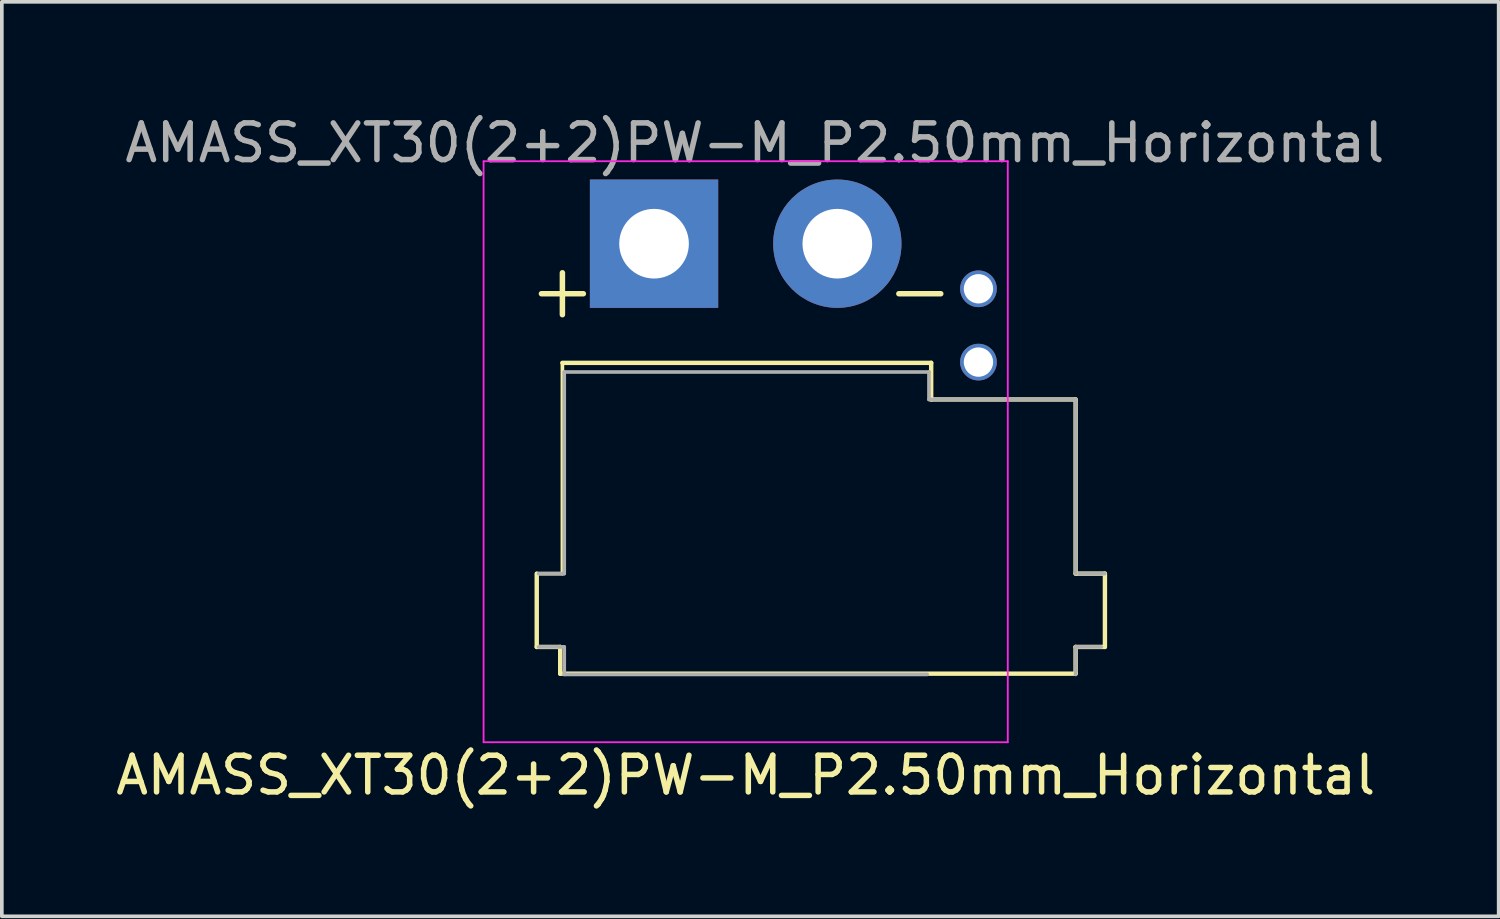
<source format=kicad_pcb>
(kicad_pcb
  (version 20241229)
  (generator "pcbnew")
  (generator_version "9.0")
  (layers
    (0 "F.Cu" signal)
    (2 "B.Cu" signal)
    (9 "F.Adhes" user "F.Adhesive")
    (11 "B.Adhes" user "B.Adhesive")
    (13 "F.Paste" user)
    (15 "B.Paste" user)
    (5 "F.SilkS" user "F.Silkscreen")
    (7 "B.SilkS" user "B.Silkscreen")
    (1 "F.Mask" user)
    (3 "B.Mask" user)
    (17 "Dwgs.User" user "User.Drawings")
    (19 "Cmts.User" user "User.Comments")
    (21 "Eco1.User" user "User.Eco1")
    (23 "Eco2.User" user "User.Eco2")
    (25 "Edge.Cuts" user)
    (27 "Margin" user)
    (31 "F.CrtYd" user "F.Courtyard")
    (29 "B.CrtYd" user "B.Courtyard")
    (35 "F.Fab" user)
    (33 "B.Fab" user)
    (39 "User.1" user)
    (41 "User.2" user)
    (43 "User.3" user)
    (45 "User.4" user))
  (footprint "AMASS_XT30(2+2)PW-M_P2.50mm_Horizontal"
    (layer "F.Cu")
    (at 14.792 3.598)
    (property "Reference" "AMASS_XT30(2+2)PW-M_P2.50mm_Horizontal" (at 2.5 14.5 180) (layer "F.SilkS") (effects (font (size 1 1) (thickness 0.15))))
    (attr through_hole)
    (fp_line (start -3.2 11) (end -3.2 9) (stroke (width 0.12) (type solid)) (layer "F.SilkS"))
    (fp_line (start -2.56 11) (end -3.2 11) (stroke (width 0.12) (type solid)) (layer "F.SilkS"))
    (fp_line (start -2.56 11.73) (end -2.56 11) (stroke (width 0.12) (type solid)) (layer "F.SilkS"))
    (fp_line (start -2.5 3.25) (end -2.5 9) (stroke (width 0.1) (type default)) (layer "F.SilkS"))
    (fp_line (start -2.5 9) (end -3.2 9) (stroke (width 0.1) (type default)) (layer "F.SilkS"))
    (fp_line (start 7.56 3.25) (end -2.5 3.25) (stroke (width 0.12) (type solid)) (layer "F.SilkS"))
    (fp_line (start 7.56 3.25) (end 7.56 4.25) (stroke (width 0.12) (type solid)) (layer "F.SilkS"))
    (fp_line (start 11.5 4.25) (end 7.56 4.25) (stroke (width 0.12) (type solid)) (layer "F.SilkS"))
    (fp_line (start 11.5 4.25) (end 11.5 9) (stroke (width 0.12) (type solid)) (layer "F.SilkS"))
    (fp_line (start 11.5 11) (end 11.5 11.73) (stroke (width 0.12) (type solid)) (layer "F.SilkS"))
    (fp_line (start 11.5 11.73) (end -2.56 11.73) (stroke (width 0.12) (type solid)) (layer "F.SilkS"))
    (fp_line (start 12.295 9) (end 11.5 9) (stroke (width 0.12) (type solid)) (layer "F.SilkS"))
    (fp_line (start 12.295 11) (end 11.5 11) (stroke (width 0.12) (type solid)) (layer "F.SilkS"))
    (fp_line (start 12.3 11) (end 12.3 9) (stroke (width 0.12) (type solid)) (layer "F.SilkS"))
    (fp_line (start -4.65 13.6) (end -4.65 -2.25) (stroke (width 0.05) (type solid)) (layer "F.CrtYd"))
    (fp_line (start 9.65 -2.25) (end -4.65 -2.25) (stroke (width 0.05) (type solid)) (layer "F.CrtYd"))
    (fp_line (start 9.65 13.6) (end -4.65 13.6) (stroke (width 0.05) (type solid)) (layer "F.CrtYd"))
    (fp_line (start 9.65 13.6) (end 9.65 -2.25) (stroke (width 0.05) (type solid)) (layer "F.CrtYd"))
    (fp_line (start -2.45 9) (end -3.15 9) (stroke (width 0.1) (type solid)) (layer "F.Fab"))
    (fp_line (start -2.45 9) (end -2.45 3.5) (stroke (width 0.1) (type solid)) (layer "F.Fab"))
    (fp_line (start -2.45 11) (end -3.15 11) (stroke (width 0.1) (type solid)) (layer "F.Fab"))
    (fp_line (start -2.45 11.75) (end -2.45 11) (stroke (width 0.1) (type solid)) (layer "F.Fab"))
    (fp_line (start 7.45 11.75) (end -2.45 11.75) (stroke (width 0.1) (type solid)) (layer "F.Fab"))
    (fp_line (start 7.5 3.5) (end -2.45 3.5) (stroke (width 0.1) (type solid)) (layer "F.Fab"))
    (fp_line (start 7.5 4.25) (end 7.5 3.5) (stroke (width 0.1) (type solid)) (layer "F.Fab"))
    (fp_line (start 7.5 4.25) (end 11.5 4.25) (stroke (width 0.1) (type solid)) (layer "F.Fab"))
    (fp_line (start 11.5 9) (end 11.5 4.25) (stroke (width 0.1) (type solid)) (layer "F.Fab"))
    (fp_line (start 11.5 11.75) (end 11.5 11) (stroke (width 0.1) (type solid)) (layer "F.Fab"))
    (fp_line (start 12.2 11) (end 11.5 11) (stroke (width 0.1) (type solid)) (layer "F.Fab"))
    (fp_line (start 12.295 9) (end 11.595 9) (stroke (width 0.1) (type solid)) (layer "F.Fab"))
    (fp_text user "+" (at -2.5 1.25 180) (layer "F.SilkS") (effects (font (size 1.5 1.5) (thickness 0.15))))
    (fp_text user "-" (at 7.25 1.25 180) (layer "F.SilkS") (effects (font (size 1.5 1.5) (thickness 0.15))))
    (fp_text user "${REFERENCE}" (at 2.75 -2.75 180) (layer "F.Fab") (effects (font (size 1 1) (thickness 0.15))))
    (pad "1" thru_hole rect (at 0 0 180) (size 3.5 3.5) (drill 1.9) (layers "*.Cu" "*.Mask"))
    (pad "2" thru_hole circle (at 5 0 180) (size 3.5 3.5) (drill 1.9) (layers "*.Cu" "*.Mask"))
    (pad "3" thru_hole circle (at 8.85 1.23 180) (size 1 1) (drill 0.8) (layers "*.Cu" "*.Mask"))
    (pad "4" thru_hole circle (at 8.85 3.23 180) (size 1 1) (drill 0.8) (layers "*.Cu" "*.Mask")))
  (gr_rect
    (start -3 -3)
    (end 37.833 21.947)
    (stroke (width 0.1) (type default))
    (fill no)
    (layer "Edge.Cuts")))
</source>
